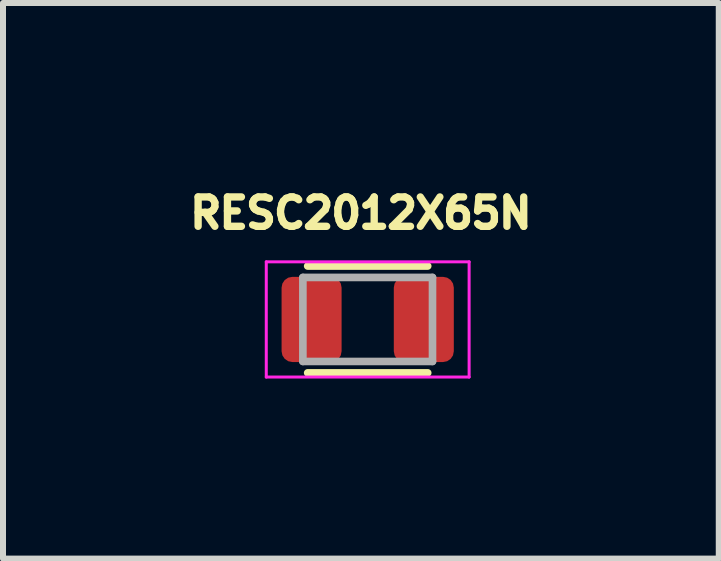
<source format=kicad_pcb>
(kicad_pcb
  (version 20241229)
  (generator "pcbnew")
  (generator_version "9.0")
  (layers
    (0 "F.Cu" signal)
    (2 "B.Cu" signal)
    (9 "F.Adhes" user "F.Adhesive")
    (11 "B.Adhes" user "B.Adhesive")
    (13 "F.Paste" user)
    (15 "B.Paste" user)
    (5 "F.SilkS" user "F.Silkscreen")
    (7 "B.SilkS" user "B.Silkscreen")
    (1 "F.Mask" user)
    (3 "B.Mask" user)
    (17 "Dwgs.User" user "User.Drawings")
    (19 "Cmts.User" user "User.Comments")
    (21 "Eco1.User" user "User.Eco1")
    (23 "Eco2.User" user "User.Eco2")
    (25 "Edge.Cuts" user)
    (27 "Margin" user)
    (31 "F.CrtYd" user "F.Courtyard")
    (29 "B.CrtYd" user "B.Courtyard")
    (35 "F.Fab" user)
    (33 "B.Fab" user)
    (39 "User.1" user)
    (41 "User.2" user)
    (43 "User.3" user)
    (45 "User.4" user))
  (footprint "RESC2012X65N"
    (layer "F.Cu")
    (at 3.077 2.273)
    (property "Reference" "RESC2012X65N" (at -0.113 -1.772 0) (layer "F.SilkS") (effects (font (size 0.489 0.489) (thickness 0.15))))
    (attr through_hole)
    (fp_line (start -1 -0.89) (end 1 -0.89) (stroke (width 0.127) (type solid)) (layer "F.SilkS"))
    (fp_line (start -1 0.89) (end 1 0.89) (stroke (width 0.127) (type solid)) (layer "F.SilkS"))
    (fp_line (start -1.69 -0.96) (end 1.69 -0.96) (stroke (width 0.05) (type solid)) (layer "F.CrtYd"))
    (fp_line (start -1.69 0.96) (end -1.69 -0.96) (stroke (width 0.05) (type solid)) (layer "F.CrtYd"))
    (fp_line (start 1.69 -0.96) (end 1.69 0.96) (stroke (width 0.05) (type solid)) (layer "F.CrtYd"))
    (fp_line (start 1.69 0.96) (end -1.69 0.96) (stroke (width 0.05) (type solid)) (layer "F.CrtYd"))
    (fp_line (start -1.08 -0.7) (end -1.08 0.7) (stroke (width 0.127) (type solid)) (layer "F.Fab"))
    (fp_line (start -1.08 -0.7) (end 1.08 -0.7) (stroke (width 0.127) (type solid)) (layer "F.Fab"))
    (fp_line (start -1.08 0.7) (end 1.08 0.7) (stroke (width 0.127) (type solid)) (layer "F.Fab"))
    (fp_line (start 1.08 -0.7) (end 1.08 0.7) (stroke (width 0.127) (type solid)) (layer "F.Fab"))
    (pad "1" smd roundrect (at -0.935 0) (size 1 1.42) (layers "F.Cu" "F.Mask" "F.Paste") (roundrect_rratio 0.18))
    (pad "2" smd roundrect (at 0.935 0) (size 1 1.42) (layers "F.Cu" "F.Mask" "F.Paste") (roundrect_rratio 0.18)))
  (gr_rect
    (start -3 -3)
    (end 8.927 6.258)
    (stroke (width 0.1) (type default))
    (fill no)
    (layer "Edge.Cuts")))
</source>
